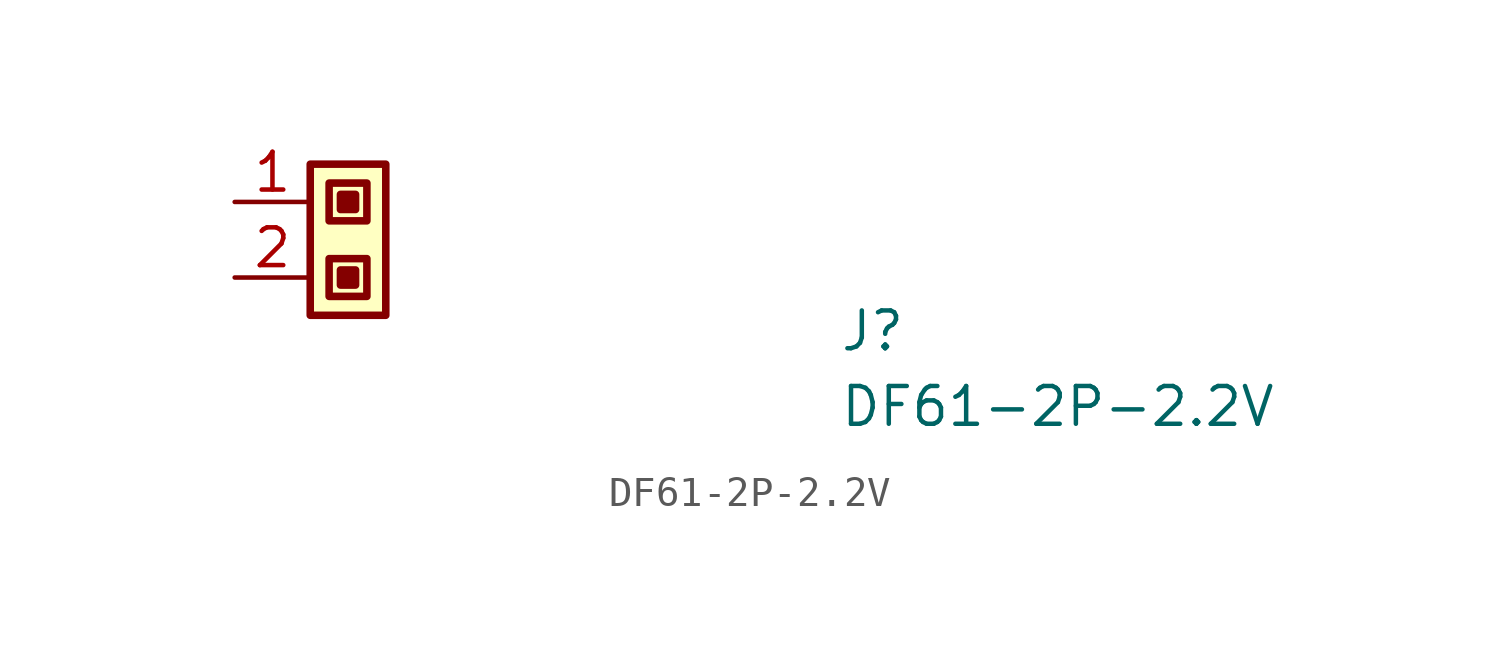
<source format=kicad_sym>
(kicad_symbol_lib
  (version 20211014)
  (generator kicad_symbol_editor)
  (symbol "DF61-2P-2.2V"
    (property "Reference" "J"
      (at 20.32 -5.08 0)
      (effects (font (size 1.27 1.27) (thickness 0.15)) (justify left bottom)))
    (property "Value" "DF61-2P-2.2V"
      (at 20.32 -7.62 0)
      (effects (font (size 1.27 1.27) (thickness 0.15)) (justify left bottom)))
    (symbol "DF61-2P-2.2V_1_1"
      (rectangle (start 2.54 1.27) (end 5.08 -3.81) (stroke (width 0.254) (type default) (color 0 0 0 0)) (fill (type background)))
      (rectangle (start 3.175 -1.905) (end 4.445 -3.175) (stroke (width 0.254) (type default) (color 0 0 0 0)) (fill (type background)))
      (rectangle (start 3.175 0.635) (end 4.445 -0.635) (stroke (width 0.254) (type default) (color 0 0 0 0)) (fill (type background)))
      (rectangle (start 3.556 -2.286) (end 4.064 -2.794) (stroke (width 0.254) (type default) (color 0 0 0 0)) (fill (type outline)))
      (rectangle (start 3.556 0.254) (end 4.064 -0.254) (stroke (width 0.254) (type default) (color 0 0 0 0)) (fill (type outline)))
      (pin input line (at 0 0 0) (length 2.54) (name "~" (effects (font (size 1.27 1.27)))) (number "1" (effects (font (size 1.27 1.27)))))
      (pin input line (at 0 -2.54 0) (length 2.54) (name "~" (effects (font (size 1.27 1.27)))) (number "2" (effects (font (size 1.27 1.27))))))))
</source>
